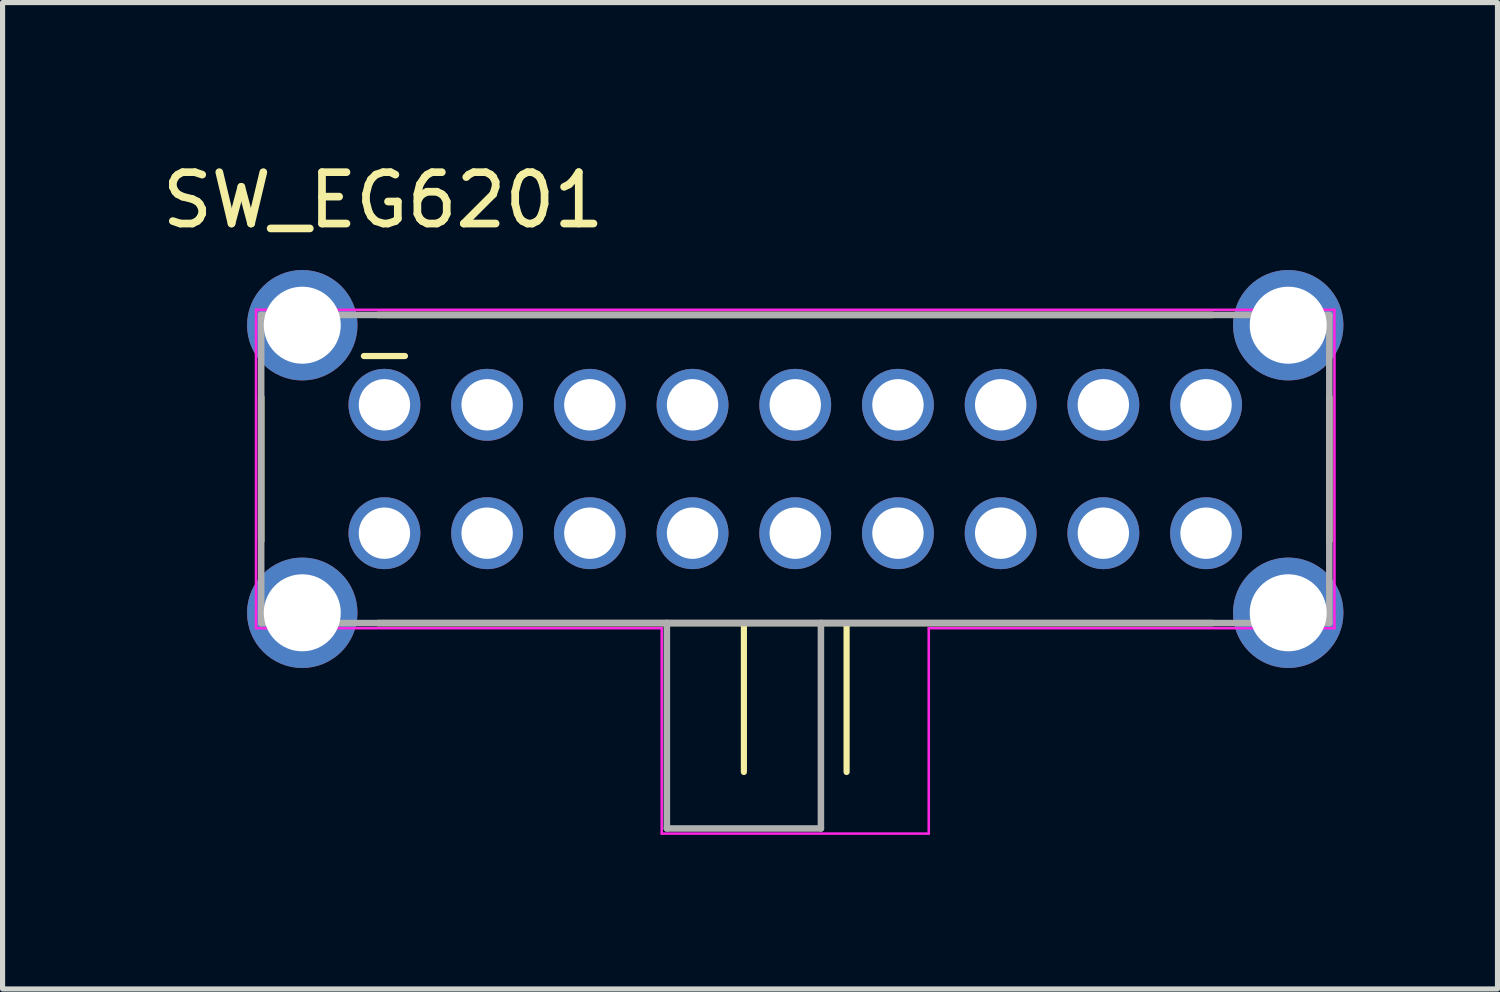
<source format=kicad_pcb>
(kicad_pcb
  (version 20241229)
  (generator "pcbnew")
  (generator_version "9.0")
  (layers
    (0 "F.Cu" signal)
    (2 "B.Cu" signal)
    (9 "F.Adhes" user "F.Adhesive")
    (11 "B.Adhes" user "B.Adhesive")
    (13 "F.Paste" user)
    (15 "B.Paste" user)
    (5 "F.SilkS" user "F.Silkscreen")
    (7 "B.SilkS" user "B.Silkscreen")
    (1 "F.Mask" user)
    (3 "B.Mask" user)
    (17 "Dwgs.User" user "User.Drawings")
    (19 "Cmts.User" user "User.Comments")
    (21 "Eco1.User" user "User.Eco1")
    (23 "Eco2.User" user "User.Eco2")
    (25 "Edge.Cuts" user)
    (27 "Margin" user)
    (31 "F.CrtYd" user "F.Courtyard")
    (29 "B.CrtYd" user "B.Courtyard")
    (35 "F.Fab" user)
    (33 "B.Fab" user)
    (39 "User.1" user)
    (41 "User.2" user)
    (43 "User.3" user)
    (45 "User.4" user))
  (footprint "SW_EG6201"
    (layer "F.Cu")
    (at 12.436 6.083)
    (property "Reference" "SW_EG6201" (at -8.025 -5.235 0) (layer "F.SilkS") (effects (font (size 1 1) (thickness 0.15))))
    (attr through_hole)
    (fp_line (start -10.4 -1.4) (end -10.4 1.4) (stroke (width 0.127) (type solid)) (layer "F.SilkS"))
    (fp_line (start -8.4 -2.2) (end -7.6 -2.2) (stroke (width 0.12) (type solid)) (layer "F.SilkS"))
    (fp_line (start -8.125 -3) (end 8.125 -3) (stroke (width 0.127) (type solid)) (layer "F.SilkS"))
    (fp_line (start -1 3) (end -1 5.9) (stroke (width 0.12) (type solid)) (layer "F.SilkS"))
    (fp_line (start 1 3) (end 1 5.9) (stroke (width 0.12) (type solid)) (layer "F.SilkS"))
    (fp_line (start 8.125 3) (end -8.125 3) (stroke (width 0.127) (type solid)) (layer "F.SilkS"))
    (fp_line (start 10.4 -1.4) (end 10.4 1.4) (stroke (width 0.127) (type solid)) (layer "F.SilkS"))
    (fp_line (start -10.5 -3.1) (end 10.5 -3.1) (stroke (width 0.05) (type solid)) (layer "F.CrtYd"))
    (fp_line (start -10.5 3.1) (end -10.5 -3.1) (stroke (width 0.05) (type solid)) (layer "F.CrtYd"))
    (fp_line (start -2.6 3.1) (end -10.5 3.1) (stroke (width 0.05) (type solid)) (layer "F.CrtYd"))
    (fp_line (start -2.6 3.1) (end -2.6 7.1) (stroke (width 0.05) (type solid)) (layer "F.CrtYd"))
    (fp_line (start -2.6 7.1) (end 2.6 7.1) (stroke (width 0.05) (type solid)) (layer "F.CrtYd"))
    (fp_line (start 2.6 3.1) (end 10.5 3.1) (stroke (width 0.05) (type solid)) (layer "F.CrtYd"))
    (fp_line (start 2.6 7.1) (end 2.6 3.1) (stroke (width 0.05) (type solid)) (layer "F.CrtYd"))
    (fp_line (start 10.5 -3.1) (end 10.5 3.1) (stroke (width 0.05) (type solid)) (layer "F.CrtYd"))
    (fp_line (start -10.4 -3) (end 10.4 -3) (stroke (width 0.127) (type solid)) (layer "F.Fab"))
    (fp_line (start -10.4 3) (end -10.4 -3) (stroke (width 0.127) (type solid)) (layer "F.Fab"))
    (fp_line (start -2.5 3) (end -10.4 3) (stroke (width 0.127) (type solid)) (layer "F.Fab"))
    (fp_line (start -2.5 3) (end -2.5 7) (stroke (width 0.127) (type solid)) (layer "F.Fab"))
    (fp_line (start -2.5 7) (end 0.5 7) (stroke (width 0.127) (type solid)) (layer "F.Fab"))
    (fp_line (start 0.5 3) (end -2.5 3) (stroke (width 0.127) (type solid)) (layer "F.Fab"))
    (fp_line (start 0.5 7) (end 0.5 3) (stroke (width 0.127) (type solid)) (layer "F.Fab"))
    (fp_line (start 10.4 -3) (end 10.4 3) (stroke (width 0.127) (type solid)) (layer "F.Fab"))
    (fp_line (start 10.4 3) (end 0.5 3) (stroke (width 0.127) (type solid)) (layer "F.Fab"))
    (pad "1" thru_hole circle (at -8 -1.25) (size 1.4 1.4) (drill 1) (layers "*.Cu" "*.Mask"))
    (pad "2" thru_hole circle (at -6 -1.25) (size 1.4 1.4) (drill 1) (layers "*.Cu" "*.Mask"))
    (pad "3" thru_hole circle (at -4 -1.25) (size 1.4 1.4) (drill 1) (layers "*.Cu" "*.Mask"))
    (pad "4" thru_hole circle (at -2 -1.25) (size 1.4 1.4) (drill 1) (layers "*.Cu" "*.Mask"))
    (pad "5" thru_hole circle (at 0 -1.25) (size 1.4 1.4) (drill 1) (layers "*.Cu" "*.Mask"))
    (pad "6" thru_hole circle (at 2 -1.25) (size 1.4 1.4) (drill 1) (layers "*.Cu" "*.Mask"))
    (pad "7" thru_hole circle (at 4 -1.25) (size 1.4 1.4) (drill 1) (layers "*.Cu" "*.Mask"))
    (pad "8" thru_hole circle (at 6 -1.25) (size 1.4 1.4) (drill 1) (layers "*.Cu" "*.Mask"))
    (pad "9" thru_hole circle (at 8 -1.25) (size 1.4 1.4) (drill 1) (layers "*.Cu" "*.Mask"))
    (pad "10" thru_hole circle (at -8 1.25) (size 1.4 1.4) (drill 1) (layers "*.Cu" "*.Mask"))
    (pad "11" thru_hole circle (at -6 1.25) (size 1.4 1.4) (drill 1) (layers "*.Cu" "*.Mask"))
    (pad "12" thru_hole circle (at -4 1.25) (size 1.4 1.4) (drill 1) (layers "*.Cu" "*.Mask"))
    (pad "13" thru_hole circle (at -2 1.25) (size 1.4 1.4) (drill 1) (layers "*.Cu" "*.Mask"))
    (pad "14" thru_hole circle (at 0 1.25) (size 1.4 1.4) (drill 1) (layers "*.Cu" "*.Mask"))
    (pad "15" thru_hole circle (at 2 1.25) (size 1.4 1.4) (drill 1) (layers "*.Cu" "*.Mask"))
    (pad "16" thru_hole circle (at 4 1.25) (size 1.4 1.4) (drill 1) (layers "*.Cu" "*.Mask"))
    (pad "17" thru_hole circle (at 6 1.25) (size 1.4 1.4) (drill 1) (layers "*.Cu" "*.Mask"))
    (pad "18" thru_hole circle (at 8 1.25) (size 1.4 1.4) (drill 1) (layers "*.Cu" "*.Mask"))
    (pad "S1" thru_hole circle (at -9.6 -2.8) (size 2.15 2.15) (drill 1.5) (layers "*.Cu" "*.Mask"))
    (pad "S2" thru_hole circle (at -9.6 2.8) (size 2.15 2.15) (drill 1.5) (layers "*.Cu" "*.Mask"))
    (pad "S3" thru_hole circle (at 9.6 -2.8) (size 2.15 2.15) (drill 1.5) (layers "*.Cu" "*.Mask"))
    (pad "S4" thru_hole circle (at 9.6 2.8) (size 2.15 2.15) (drill 1.5) (layers "*.Cu" "*.Mask")))
  (gr_rect
    (start -3 -3)
    (end 26.111 16.208)
    (stroke (width 0.1) (type default))
    (fill no)
    (layer "Edge.Cuts")))
</source>
